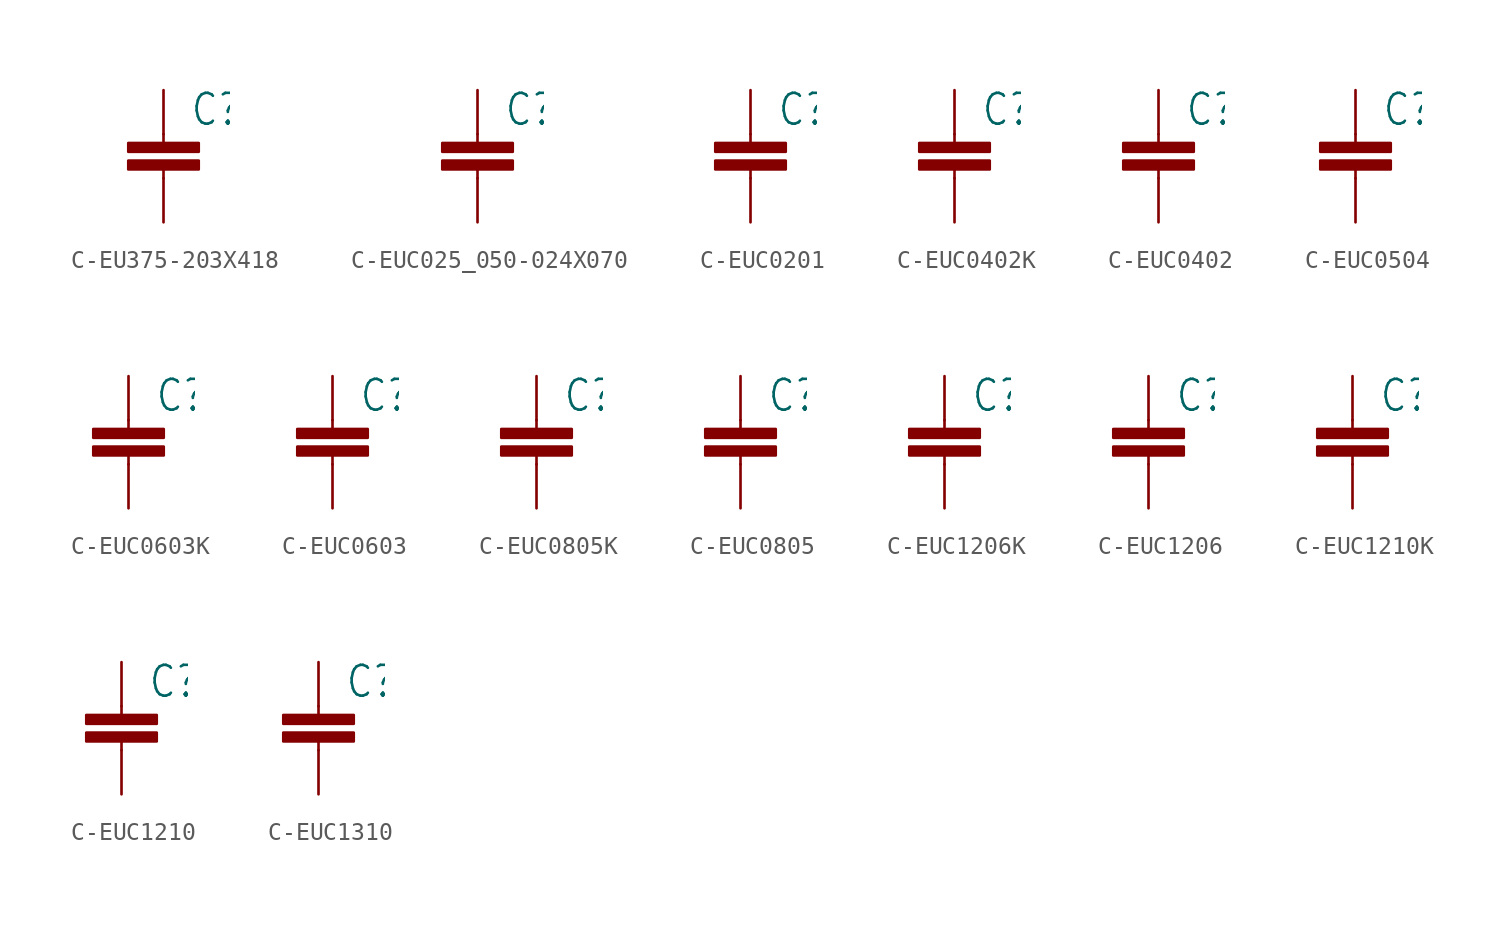
<source format=kicad_sym>
(kicad_symbol_lib
  (version 20231120)
  (generator "kicad_symbol_editor")
  (generator_version "8.0")
  (symbol "C-EU375-203X418"
    (property "Reference" "C"
      (at 1.524 0.381 0)
      (effects (font (size 1.778 1.511)) (justify left bottom)))
    (property "Value" ""
      (at 1.524 -4.699 0)
      (effects (font (size 1.778 1.511)) (justify left bottom)))
    (property "ki_locked" ""
      (at 0 0 0)
      (effects (font (size 1.27 1.27))))
    (symbol "C-EU375-203X418_1_0"
      (rectangle (start -2.032 -2.032) (end 2.032 -1.524) (stroke (width 0) (type default)) (fill (type outline)))
      (rectangle (start -2.032 -1.016) (end 2.032 -0.508) (stroke (width 0) (type default)) (fill (type outline)))
      (polyline (pts (xy 0 -2.54) (xy 0 -2.032)) (stroke (width 0.152) (type solid)) (fill (type none)))
      (polyline (pts (xy 0 0) (xy 0 -0.508)) (stroke (width 0.152) (type solid)) (fill (type none)))
      (pin passive line (at 0 2.54 270) (length 2.54) (name "1" (effects (font (size 0 0)))) (number "1" (effects (font (size 0 0)))))
      (pin passive line (at 0 -5.08 90) (length 2.54) (name "2" (effects (font (size 0 0)))) (number "2" (effects (font (size 0 0)))))))
  (symbol "C-EUC025_050-024X070"
    (property "Reference" "C"
      (at 1.524 0.381 0)
      (effects (font (size 1.778 1.511)) (justify left bottom)))
    (property "Value" ""
      (at 1.524 -4.699 0)
      (effects (font (size 1.778 1.511)) (justify left bottom)))
    (property "ki_locked" ""
      (at 0 0 0)
      (effects (font (size 1.27 1.27))))
    (symbol "C-EUC025_050-024X070_1_0"
      (rectangle (start -2.032 -2.032) (end 2.032 -1.524) (stroke (width 0) (type default)) (fill (type outline)))
      (rectangle (start -2.032 -1.016) (end 2.032 -0.508) (stroke (width 0) (type default)) (fill (type outline)))
      (polyline (pts (xy 0 -2.54) (xy 0 -2.032)) (stroke (width 0.152) (type solid)) (fill (type none)))
      (polyline (pts (xy 0 0) (xy 0 -0.508)) (stroke (width 0.152) (type solid)) (fill (type none)))
      (pin passive line (at 0 2.54 270) (length 2.54) (name "1" (effects (font (size 0 0)))) (number "1" (effects (font (size 0 0)))))
      (pin passive line (at 0 -5.08 90) (length 2.54) (name "2" (effects (font (size 0 0)))) (number "2" (effects (font (size 0 0)))))))
  (symbol "C-EUC0201"
    (property "Reference" "C"
      (at 1.524 0.381 0)
      (effects (font (size 1.778 1.511)) (justify left bottom)))
    (property "Value" ""
      (at 1.524 -4.699 0)
      (effects (font (size 1.778 1.511)) (justify left bottom)))
    (property "ki_locked" ""
      (at 0 0 0)
      (effects (font (size 1.27 1.27))))
    (symbol "C-EUC0201_1_0"
      (rectangle (start -2.032 -2.032) (end 2.032 -1.524) (stroke (width 0) (type default)) (fill (type outline)))
      (rectangle (start -2.032 -1.016) (end 2.032 -0.508) (stroke (width 0) (type default)) (fill (type outline)))
      (polyline (pts (xy 0 -2.54) (xy 0 -2.032)) (stroke (width 0.152) (type solid)) (fill (type none)))
      (polyline (pts (xy 0 0) (xy 0 -0.508)) (stroke (width 0.152) (type solid)) (fill (type none)))
      (pin passive line (at 0 2.54 270) (length 2.54) (name "1" (effects (font (size 0 0)))) (number "1" (effects (font (size 0 0)))))
      (pin passive line (at 0 -5.08 90) (length 2.54) (name "2" (effects (font (size 0 0)))) (number "2" (effects (font (size 0 0)))))))
  (symbol "C-EUC0402K"
    (property "Reference" "C"
      (at 1.524 0.381 0)
      (effects (font (size 1.778 1.511)) (justify left bottom)))
    (property "Value" ""
      (at 1.524 -4.699 0)
      (effects (font (size 1.778 1.511)) (justify left bottom)))
    (property "ki_locked" ""
      (at 0 0 0)
      (effects (font (size 1.27 1.27))))
    (symbol "C-EUC0402K_1_0"
      (rectangle (start -2.032 -2.032) (end 2.032 -1.524) (stroke (width 0) (type default)) (fill (type outline)))
      (rectangle (start -2.032 -1.016) (end 2.032 -0.508) (stroke (width 0) (type default)) (fill (type outline)))
      (polyline (pts (xy 0 -2.54) (xy 0 -2.032)) (stroke (width 0.152) (type solid)) (fill (type none)))
      (polyline (pts (xy 0 0) (xy 0 -0.508)) (stroke (width 0.152) (type solid)) (fill (type none)))
      (pin passive line (at 0 2.54 270) (length 2.54) (name "1" (effects (font (size 0 0)))) (number "1" (effects (font (size 0 0)))))
      (pin passive line (at 0 -5.08 90) (length 2.54) (name "2" (effects (font (size 0 0)))) (number "2" (effects (font (size 0 0)))))))
  (symbol "C-EUC0402"
    (property "Reference" "C"
      (at 1.524 0.381 0)
      (effects (font (size 1.778 1.511)) (justify left bottom)))
    (property "Value" ""
      (at 1.524 -4.699 0)
      (effects (font (size 1.778 1.511)) (justify left bottom)))
    (property "ki_locked" ""
      (at 0 0 0)
      (effects (font (size 1.27 1.27))))
    (symbol "C-EUC0402_1_0"
      (rectangle (start -2.032 -2.032) (end 2.032 -1.524) (stroke (width 0) (type default)) (fill (type outline)))
      (rectangle (start -2.032 -1.016) (end 2.032 -0.508) (stroke (width 0) (type default)) (fill (type outline)))
      (polyline (pts (xy 0 -2.54) (xy 0 -2.032)) (stroke (width 0.152) (type solid)) (fill (type none)))
      (polyline (pts (xy 0 0) (xy 0 -0.508)) (stroke (width 0.152) (type solid)) (fill (type none)))
      (pin passive line (at 0 2.54 270) (length 2.54) (name "1" (effects (font (size 0 0)))) (number "1" (effects (font (size 0 0)))))
      (pin passive line (at 0 -5.08 90) (length 2.54) (name "2" (effects (font (size 0 0)))) (number "2" (effects (font (size 0 0)))))))
  (symbol "C-EUC0504"
    (property "Reference" "C"
      (at 1.524 0.381 0)
      (effects (font (size 1.778 1.511)) (justify left bottom)))
    (property "Value" ""
      (at 1.524 -4.699 0)
      (effects (font (size 1.778 1.511)) (justify left bottom)))
    (property "ki_locked" ""
      (at 0 0 0)
      (effects (font (size 1.27 1.27))))
    (symbol "C-EUC0504_1_0"
      (rectangle (start -2.032 -2.032) (end 2.032 -1.524) (stroke (width 0) (type default)) (fill (type outline)))
      (rectangle (start -2.032 -1.016) (end 2.032 -0.508) (stroke (width 0) (type default)) (fill (type outline)))
      (polyline (pts (xy 0 -2.54) (xy 0 -2.032)) (stroke (width 0.152) (type solid)) (fill (type none)))
      (polyline (pts (xy 0 0) (xy 0 -0.508)) (stroke (width 0.152) (type solid)) (fill (type none)))
      (pin passive line (at 0 2.54 270) (length 2.54) (name "1" (effects (font (size 0 0)))) (number "1" (effects (font (size 0 0)))))
      (pin passive line (at 0 -5.08 90) (length 2.54) (name "2" (effects (font (size 0 0)))) (number "2" (effects (font (size 0 0)))))))
  (symbol "C-EUC0603K"
    (property "Reference" "C"
      (at 1.524 0.381 0)
      (effects (font (size 1.778 1.511)) (justify left bottom)))
    (property "Value" ""
      (at 1.524 -4.699 0)
      (effects (font (size 1.778 1.511)) (justify left bottom)))
    (property "ki_locked" ""
      (at 0 0 0)
      (effects (font (size 1.27 1.27))))
    (symbol "C-EUC0603K_1_0"
      (rectangle (start -2.032 -2.032) (end 2.032 -1.524) (stroke (width 0) (type default)) (fill (type outline)))
      (rectangle (start -2.032 -1.016) (end 2.032 -0.508) (stroke (width 0) (type default)) (fill (type outline)))
      (polyline (pts (xy 0 -2.54) (xy 0 -2.032)) (stroke (width 0.152) (type solid)) (fill (type none)))
      (polyline (pts (xy 0 0) (xy 0 -0.508)) (stroke (width 0.152) (type solid)) (fill (type none)))
      (pin passive line (at 0 2.54 270) (length 2.54) (name "1" (effects (font (size 0 0)))) (number "1" (effects (font (size 0 0)))))
      (pin passive line (at 0 -5.08 90) (length 2.54) (name "2" (effects (font (size 0 0)))) (number "2" (effects (font (size 0 0)))))))
  (symbol "C-EUC0603"
    (property "Reference" "C"
      (at 1.524 0.381 0)
      (effects (font (size 1.778 1.511)) (justify left bottom)))
    (property "Value" ""
      (at 1.524 -4.699 0)
      (effects (font (size 1.778 1.511)) (justify left bottom)))
    (property "ki_locked" ""
      (at 0 0 0)
      (effects (font (size 1.27 1.27))))
    (symbol "C-EUC0603_1_0"
      (rectangle (start -2.032 -2.032) (end 2.032 -1.524) (stroke (width 0) (type default)) (fill (type outline)))
      (rectangle (start -2.032 -1.016) (end 2.032 -0.508) (stroke (width 0) (type default)) (fill (type outline)))
      (polyline (pts (xy 0 -2.54) (xy 0 -2.032)) (stroke (width 0.152) (type solid)) (fill (type none)))
      (polyline (pts (xy 0 0) (xy 0 -0.508)) (stroke (width 0.152) (type solid)) (fill (type none)))
      (pin passive line (at 0 2.54 270) (length 2.54) (name "1" (effects (font (size 0 0)))) (number "1" (effects (font (size 0 0)))))
      (pin passive line (at 0 -5.08 90) (length 2.54) (name "2" (effects (font (size 0 0)))) (number "2" (effects (font (size 0 0)))))))
  (symbol "C-EUC0805K"
    (property "Reference" "C"
      (at 1.524 0.381 0)
      (effects (font (size 1.778 1.511)) (justify left bottom)))
    (property "Value" ""
      (at 1.524 -4.699 0)
      (effects (font (size 1.778 1.511)) (justify left bottom)))
    (property "ki_locked" ""
      (at 0 0 0)
      (effects (font (size 1.27 1.27))))
    (symbol "C-EUC0805K_1_0"
      (rectangle (start -2.032 -2.032) (end 2.032 -1.524) (stroke (width 0) (type default)) (fill (type outline)))
      (rectangle (start -2.032 -1.016) (end 2.032 -0.508) (stroke (width 0) (type default)) (fill (type outline)))
      (polyline (pts (xy 0 -2.54) (xy 0 -2.032)) (stroke (width 0.152) (type solid)) (fill (type none)))
      (polyline (pts (xy 0 0) (xy 0 -0.508)) (stroke (width 0.152) (type solid)) (fill (type none)))
      (pin passive line (at 0 2.54 270) (length 2.54) (name "1" (effects (font (size 0 0)))) (number "1" (effects (font (size 0 0)))))
      (pin passive line (at 0 -5.08 90) (length 2.54) (name "2" (effects (font (size 0 0)))) (number "2" (effects (font (size 0 0)))))))
  (symbol "C-EUC0805"
    (property "Reference" "C"
      (at 1.524 0.381 0)
      (effects (font (size 1.778 1.511)) (justify left bottom)))
    (property "Value" ""
      (at 1.524 -4.699 0)
      (effects (font (size 1.778 1.511)) (justify left bottom)))
    (property "ki_locked" ""
      (at 0 0 0)
      (effects (font (size 1.27 1.27))))
    (symbol "C-EUC0805_1_0"
      (rectangle (start -2.032 -2.032) (end 2.032 -1.524) (stroke (width 0) (type default)) (fill (type outline)))
      (rectangle (start -2.032 -1.016) (end 2.032 -0.508) (stroke (width 0) (type default)) (fill (type outline)))
      (polyline (pts (xy 0 -2.54) (xy 0 -2.032)) (stroke (width 0.152) (type solid)) (fill (type none)))
      (polyline (pts (xy 0 0) (xy 0 -0.508)) (stroke (width 0.152) (type solid)) (fill (type none)))
      (pin passive line (at 0 2.54 270) (length 2.54) (name "1" (effects (font (size 0 0)))) (number "1" (effects (font (size 0 0)))))
      (pin passive line (at 0 -5.08 90) (length 2.54) (name "2" (effects (font (size 0 0)))) (number "2" (effects (font (size 0 0)))))))
  (symbol "C-EUC1206K"
    (property "Reference" "C"
      (at 1.524 0.381 0)
      (effects (font (size 1.778 1.511)) (justify left bottom)))
    (property "Value" ""
      (at 1.524 -4.699 0)
      (effects (font (size 1.778 1.511)) (justify left bottom)))
    (property "ki_locked" ""
      (at 0 0 0)
      (effects (font (size 1.27 1.27))))
    (symbol "C-EUC1206K_1_0"
      (rectangle (start -2.032 -2.032) (end 2.032 -1.524) (stroke (width 0) (type default)) (fill (type outline)))
      (rectangle (start -2.032 -1.016) (end 2.032 -0.508) (stroke (width 0) (type default)) (fill (type outline)))
      (polyline (pts (xy 0 -2.54) (xy 0 -2.032)) (stroke (width 0.152) (type solid)) (fill (type none)))
      (polyline (pts (xy 0 0) (xy 0 -0.508)) (stroke (width 0.152) (type solid)) (fill (type none)))
      (pin passive line (at 0 2.54 270) (length 2.54) (name "1" (effects (font (size 0 0)))) (number "1" (effects (font (size 0 0)))))
      (pin passive line (at 0 -5.08 90) (length 2.54) (name "2" (effects (font (size 0 0)))) (number "2" (effects (font (size 0 0)))))))
  (symbol "C-EUC1206"
    (property "Reference" "C"
      (at 1.524 0.381 0)
      (effects (font (size 1.778 1.511)) (justify left bottom)))
    (property "Value" ""
      (at 1.524 -4.699 0)
      (effects (font (size 1.778 1.511)) (justify left bottom)))
    (property "ki_locked" ""
      (at 0 0 0)
      (effects (font (size 1.27 1.27))))
    (symbol "C-EUC1206_1_0"
      (rectangle (start -2.032 -2.032) (end 2.032 -1.524) (stroke (width 0) (type default)) (fill (type outline)))
      (rectangle (start -2.032 -1.016) (end 2.032 -0.508) (stroke (width 0) (type default)) (fill (type outline)))
      (polyline (pts (xy 0 -2.54) (xy 0 -2.032)) (stroke (width 0.152) (type solid)) (fill (type none)))
      (polyline (pts (xy 0 0) (xy 0 -0.508)) (stroke (width 0.152) (type solid)) (fill (type none)))
      (pin passive line (at 0 2.54 270) (length 2.54) (name "1" (effects (font (size 0 0)))) (number "1" (effects (font (size 0 0)))))
      (pin passive line (at 0 -5.08 90) (length 2.54) (name "2" (effects (font (size 0 0)))) (number "2" (effects (font (size 0 0)))))))
  (symbol "C-EUC1210K"
    (property "Reference" "C"
      (at 1.524 0.381 0)
      (effects (font (size 1.778 1.511)) (justify left bottom)))
    (property "Value" ""
      (at 1.524 -4.699 0)
      (effects (font (size 1.778 1.511)) (justify left bottom)))
    (property "ki_locked" ""
      (at 0 0 0)
      (effects (font (size 1.27 1.27))))
    (symbol "C-EUC1210K_1_0"
      (rectangle (start -2.032 -2.032) (end 2.032 -1.524) (stroke (width 0) (type default)) (fill (type outline)))
      (rectangle (start -2.032 -1.016) (end 2.032 -0.508) (stroke (width 0) (type default)) (fill (type outline)))
      (polyline (pts (xy 0 -2.54) (xy 0 -2.032)) (stroke (width 0.152) (type solid)) (fill (type none)))
      (polyline (pts (xy 0 0) (xy 0 -0.508)) (stroke (width 0.152) (type solid)) (fill (type none)))
      (pin passive line (at 0 2.54 270) (length 2.54) (name "1" (effects (font (size 0 0)))) (number "1" (effects (font (size 0 0)))))
      (pin passive line (at 0 -5.08 90) (length 2.54) (name "2" (effects (font (size 0 0)))) (number "2" (effects (font (size 0 0)))))))
  (symbol "C-EUC1210"
    (property "Reference" "C"
      (at 1.524 0.381 0)
      (effects (font (size 1.778 1.511)) (justify left bottom)))
    (property "Value" ""
      (at 1.524 -4.699 0)
      (effects (font (size 1.778 1.511)) (justify left bottom)))
    (property "ki_locked" ""
      (at 0 0 0)
      (effects (font (size 1.27 1.27))))
    (symbol "C-EUC1210_1_0"
      (rectangle (start -2.032 -2.032) (end 2.032 -1.524) (stroke (width 0) (type default)) (fill (type outline)))
      (rectangle (start -2.032 -1.016) (end 2.032 -0.508) (stroke (width 0) (type default)) (fill (type outline)))
      (polyline (pts (xy 0 -2.54) (xy 0 -2.032)) (stroke (width 0.152) (type solid)) (fill (type none)))
      (polyline (pts (xy 0 0) (xy 0 -0.508)) (stroke (width 0.152) (type solid)) (fill (type none)))
      (pin passive line (at 0 2.54 270) (length 2.54) (name "1" (effects (font (size 0 0)))) (number "1" (effects (font (size 0 0)))))
      (pin passive line (at 0 -5.08 90) (length 2.54) (name "2" (effects (font (size 0 0)))) (number "2" (effects (font (size 0 0)))))))
  (symbol "C-EUC1310"
    (property "Reference" "C"
      (at 1.524 0.381 0)
      (effects (font (size 1.778 1.511)) (justify left bottom)))
    (property "Value" ""
      (at 1.524 -4.699 0)
      (effects (font (size 1.778 1.511)) (justify left bottom)))
    (property "ki_locked" ""
      (at 0 0 0)
      (effects (font (size 1.27 1.27))))
    (symbol "C-EUC1310_1_0"
      (rectangle (start -2.032 -2.032) (end 2.032 -1.524) (stroke (width 0) (type default)) (fill (type outline)))
      (rectangle (start -2.032 -1.016) (end 2.032 -0.508) (stroke (width 0) (type default)) (fill (type outline)))
      (polyline (pts (xy 0 -2.54) (xy 0 -2.032)) (stroke (width 0.152) (type solid)) (fill (type none)))
      (polyline (pts (xy 0 0) (xy 0 -0.508)) (stroke (width 0.152) (type solid)) (fill (type none)))
      (pin passive line (at 0 2.54 270) (length 2.54) (name "1" (effects (font (size 0 0)))) (number "1" (effects (font (size 0 0)))))
      (pin passive line (at 0 -5.08 90) (length 2.54) (name "2" (effects (font (size 0 0)))) (number "2" (effects (font (size 0 0))))))))
</source>
